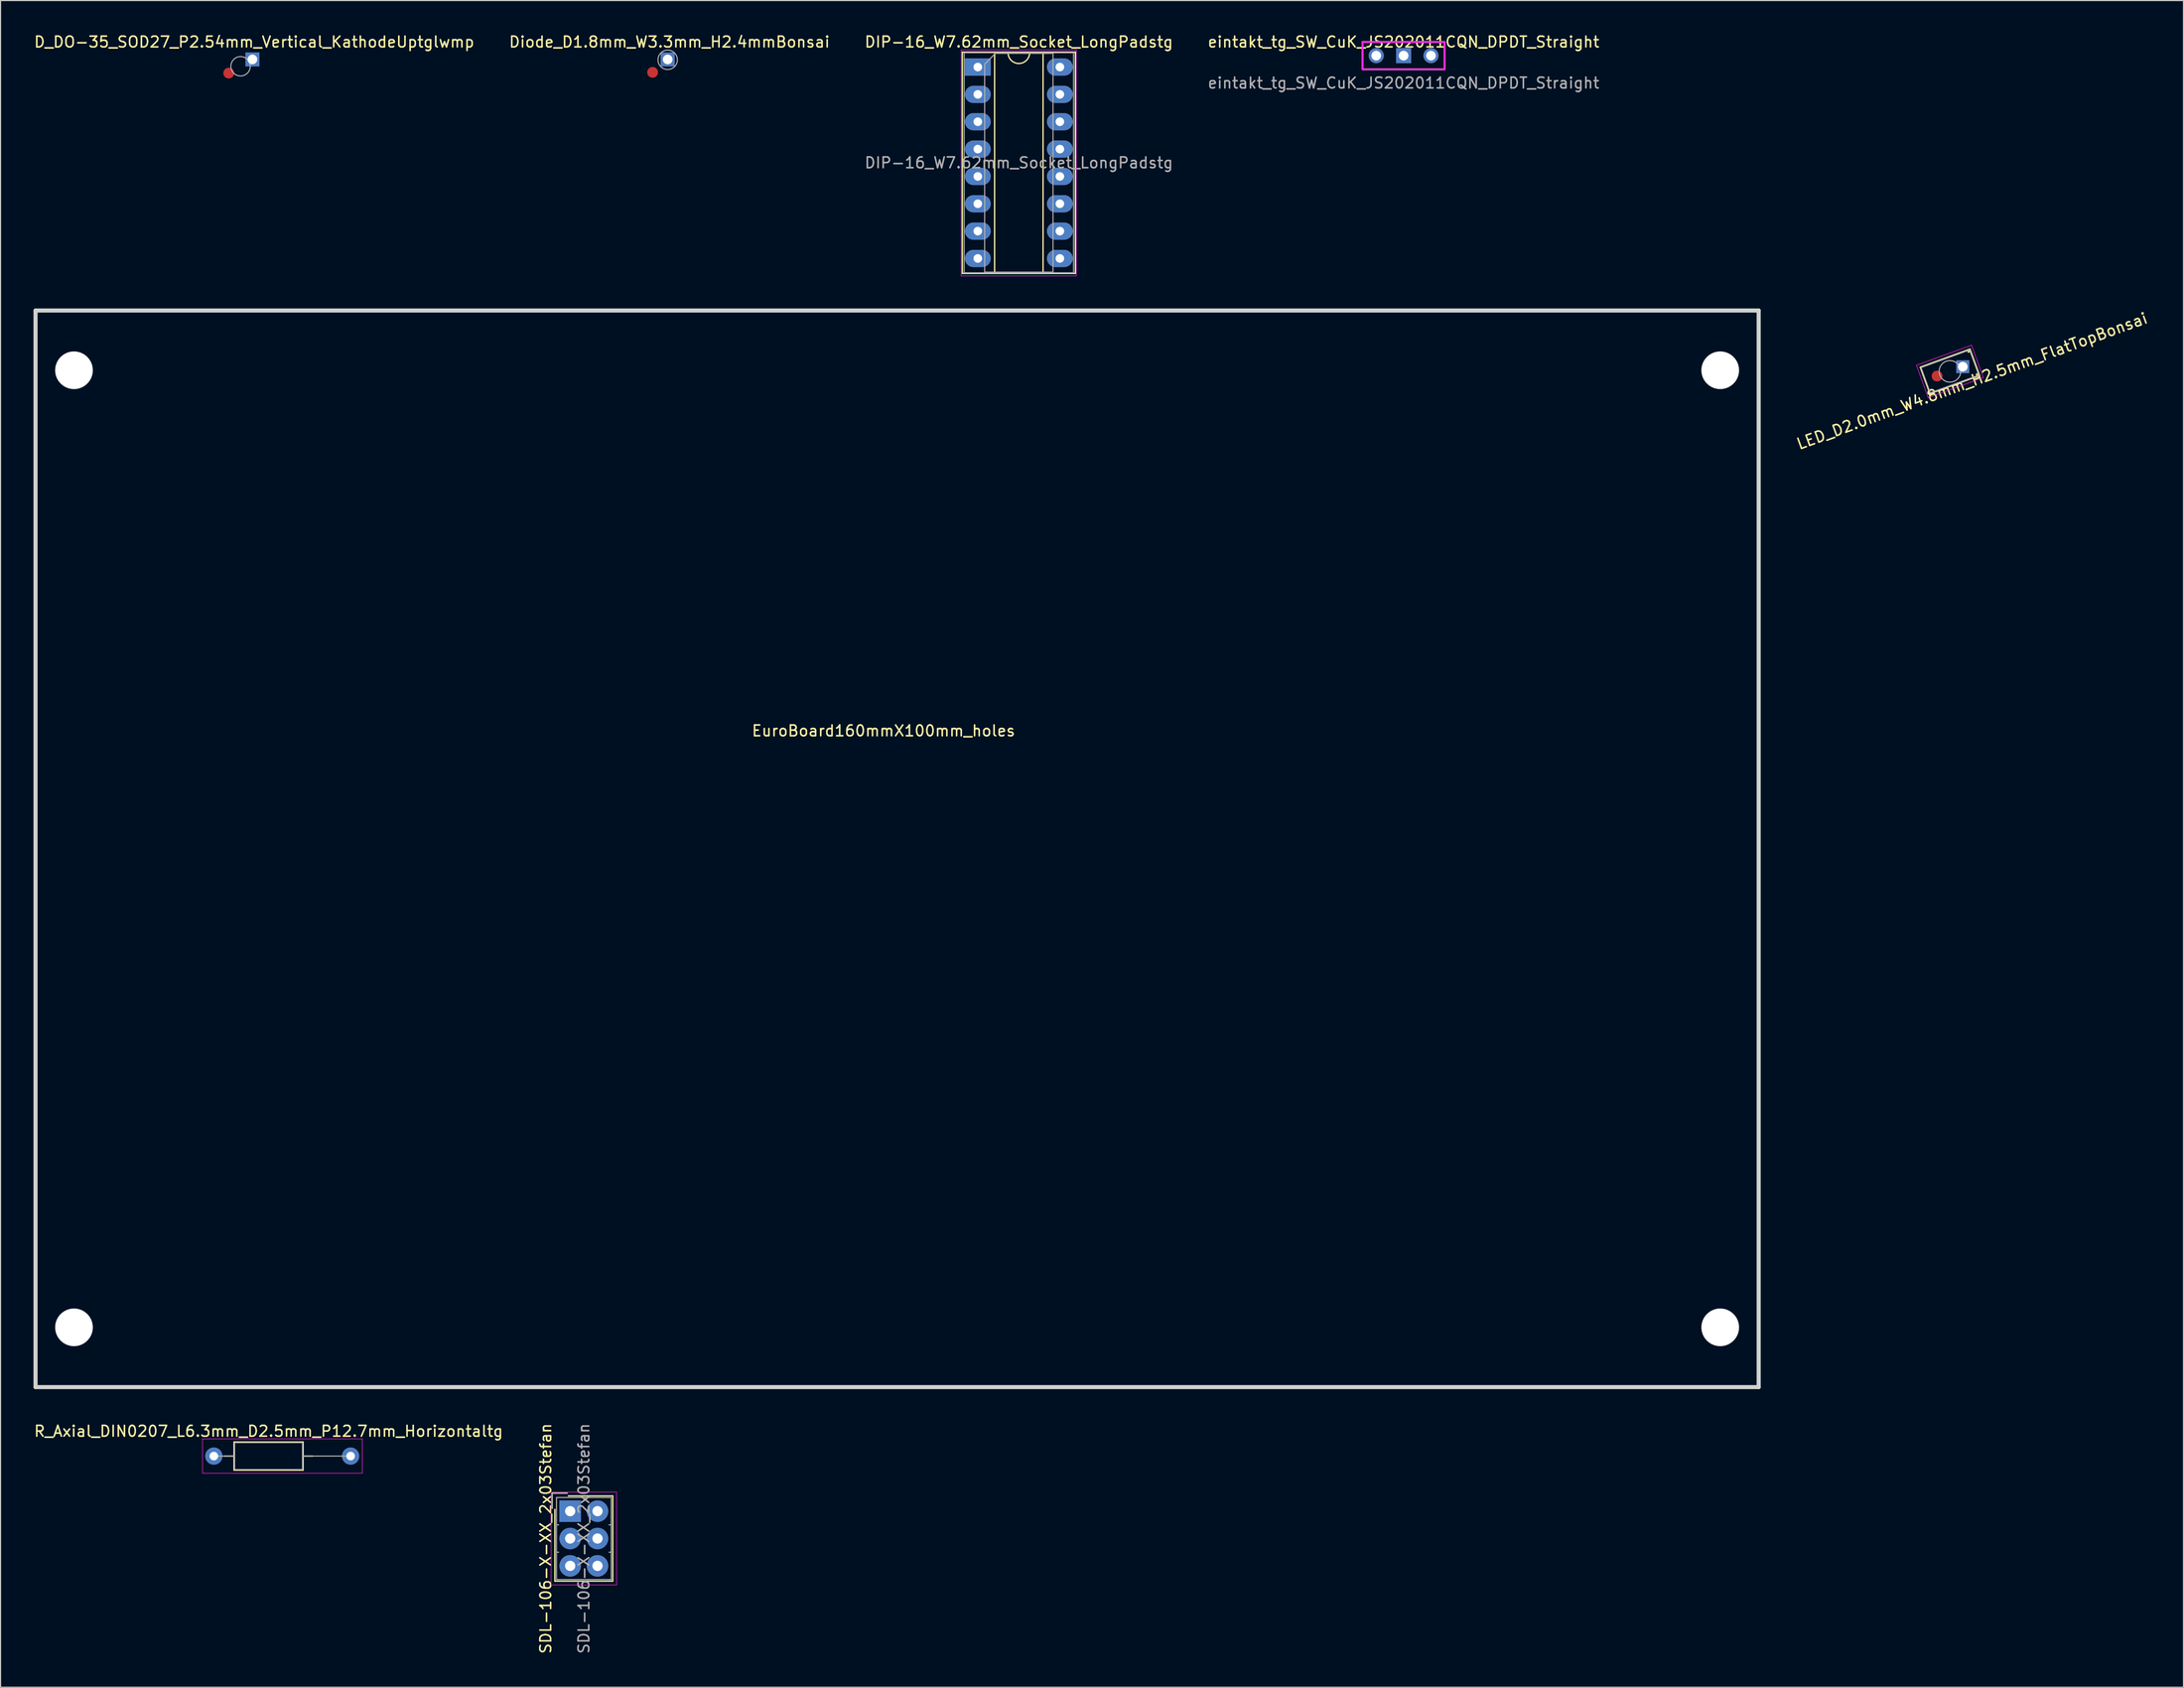
<source format=kicad_pcb>
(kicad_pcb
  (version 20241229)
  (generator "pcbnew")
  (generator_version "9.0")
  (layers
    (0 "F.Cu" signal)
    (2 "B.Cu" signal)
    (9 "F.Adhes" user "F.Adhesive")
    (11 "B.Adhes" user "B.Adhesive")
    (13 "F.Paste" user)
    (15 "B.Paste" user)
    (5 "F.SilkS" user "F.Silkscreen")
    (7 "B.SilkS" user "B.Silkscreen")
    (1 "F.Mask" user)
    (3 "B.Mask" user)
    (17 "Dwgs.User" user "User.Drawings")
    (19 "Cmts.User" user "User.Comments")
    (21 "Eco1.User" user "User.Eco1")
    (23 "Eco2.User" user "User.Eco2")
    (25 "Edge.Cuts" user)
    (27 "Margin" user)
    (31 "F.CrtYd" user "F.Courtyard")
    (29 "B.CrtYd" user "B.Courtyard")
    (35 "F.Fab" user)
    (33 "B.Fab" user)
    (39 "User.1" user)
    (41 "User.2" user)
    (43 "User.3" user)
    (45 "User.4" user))
  (footprint "D_DO-35_SOD27_P2.54mm_Vertical_KathodeUptglwmp"
    (layer "F.Cu")
    (at 20.388 2.471)
    (property "Reference" "D_DO-35_SOD27_P2.54mm_Vertical_KathodeUptglwmp" (at 0.166 -1.623 0) (layer "F.SilkS") (effects (font (size 1 1) (thickness 0.15))))
    (attr through_hole)
    (fp_circle (center -1.1 0.635) (end -1.879 1.085) (stroke (width 0.1) (type solid)) (fill no) (layer "F.Fab"))
    (pad "1" thru_hole rect (at 0 0) (size 1.3 1.3) (drill 0.9) (layers "*.Cu" "*.Mask"))
    (pad "2" smd circle (at -2.2 1.27 210) (size 1 1) (layers "F.Cu" "F.Mask" "F.Paste")))
  (footprint "EuroBoard160mmX100mm_holes"
    (layer "F.Cu")
    (at 0.25 125.793)
    (property "Reference" "EuroBoard160mmX100mm_holes" (at 78.74 -60.96 0) (layer "F.SilkS") (effects (font (size 1 1) (thickness 0.15))))
    (attr through_hole)
    (fp_line (start 0 -100) (end 0 0) (stroke (width 0.38) (type solid)) (layer "Edge.Cuts"))
    (fp_line (start 0 0) (end 160 0) (stroke (width 0.38) (type solid)) (layer "Edge.Cuts"))
    (fp_line (start 160 -100) (end 0 -100) (stroke (width 0.38) (type solid)) (layer "Edge.Cuts"))
    (fp_line (start 160 0) (end 160 -100) (stroke (width 0.38) (type solid)) (layer "Edge.Cuts"))
    (pad "" np_thru_hole circle (at 3.57 -94.45) (size 3.5 3.5) (drill 3.5) (layers "*.Cu" "*.Mask"))
    (pad "" np_thru_hole circle (at 3.57 -5.55) (size 3.5 3.5) (drill 3.5) (layers "*.Cu" "*.Mask"))
    (pad "" np_thru_hole circle (at 156.43 -94.45) (size 3.5 3.5) (drill 3.5) (layers "*.Cu" "*.Mask"))
    (pad "" np_thru_hole circle (at 156.43 -5.55) (size 3.5 3.5) (drill 3.5) (layers "*.Cu" "*.Mask")))
  (footprint "LED_D2.0mm_W4.8mm_H2.5mm_FlatTopBonsai"
    (layer "F.Cu")
    (at 179.202 31.012)
    (property "Reference" "LED_D2.0mm_W4.8mm_H2.5mm_FlatTopBonsai" (at 0.867 1.335 200) (layer "F.SilkS") (effects (font (size 1 1) (thickness 0.15))))
    (attr through_hole)
    (fp_line (start -3.057 2.507) (end -3.953 0.045) (stroke (width 0.12) (type solid)) (layer "F.SilkS"))
    (fp_line (start 0.523 -1.34) (end 0.445 -1.556) (stroke (width 0.12) (type solid)) (layer "F.SilkS"))
    (fp_line (start 0.636 -1.381) (end 0.557 -1.597) (stroke (width 0.12) (type solid)) (layer "F.SilkS"))
    (fp_line (start 0.67 -1.638) (end -3.953 0.045) (stroke (width 0.12) (type solid)) (layer "F.SilkS"))
    (fp_line (start 1.341 0.906) (end 1.262 0.69) (stroke (width 0.12) (type solid)) (layer "F.SilkS"))
    (fp_line (start 1.454 0.865) (end 1.375 0.649) (stroke (width 0.12) (type solid)) (layer "F.SilkS"))
    (fp_line (start 1.566 0.824) (end -3.057 2.507) (stroke (width 0.12) (type solid)) (layer "F.SilkS"))
    (fp_line (start 1.566 0.824) (end 0.67 -1.638) (stroke (width 0.12) (type solid)) (layer "F.SilkS"))
    (fp_line (start -4.306 -0.135) (end -3.212 2.872) (stroke (width 0.05) (type solid)) (layer "F.CrtYd"))
    (fp_line (start -3.212 2.872) (end 1.91 1.008) (stroke (width 0.05) (type solid)) (layer "F.CrtYd"))
    (fp_line (start 0.815 -1.999) (end -4.306 -0.135) (stroke (width 0.05) (type solid)) (layer "F.CrtYd"))
    (fp_line (start 1.91 1.008) (end 0.815 -1.999) (stroke (width 0.05) (type solid)) (layer "F.CrtYd"))
    (fp_line (start -3.876 0.081) (end -3.021 2.43) (stroke (width 0.1) (type solid)) (layer "F.Fab"))
    (fp_line (start -3.021 2.43) (end 1.489 0.788) (stroke (width 0.1) (type solid)) (layer "F.Fab"))
    (fp_line (start 0.634 -1.561) (end -3.876 0.081) (stroke (width 0.1) (type solid)) (layer "F.Fab"))
    (fp_line (start 1.489 0.788) (end 0.634 -1.561) (stroke (width 0.1) (type solid)) (layer "F.Fab"))
    (fp_circle (center -1.193 0.434) (end -2.133 0.776) (stroke (width 0.1) (type solid)) (fill no) (layer "F.Fab"))
    (pad "1" thru_hole rect (at 0 0 270) (size 1.2 1.2) (drill 0.9) (layers "*.Cu" "*.Mask"))
    (pad "2" smd circle (at -2.387 0.869 200) (size 1 1) (layers "F.Cu" "F.Mask" "F.Paste")))
  (footprint "eintakt_tg_SW_CuK_JS202011CQN_DPDT_Straight"
    (layer "F.Cu")
    (at 124.74 2.118)
    (property "Reference" "eintakt_tg_SW_CuK_JS202011CQN_DPDT_Straight" (at 2.54 -1.27 0) (layer "F.SilkS") (effects (font (size 1 1) (thickness 0.15))))
    (attr through_hole)
    (fp_line (start -1.27 -1.27) (end 6.35 -1.27) (stroke (width 0.15) (type solid)) (layer "F.SilkS"))
    (fp_line (start -1.27 1.27) (end -1.27 -1.27) (stroke (width 0.15) (type solid)) (layer "F.SilkS"))
    (fp_line (start 6.35 -1.27) (end 6.35 1.27) (stroke (width 0.15) (type solid)) (layer "F.SilkS"))
    (fp_line (start 6.35 1.27) (end -1.27 1.27) (stroke (width 0.15) (type solid)) (layer "F.SilkS"))
    (fp_line (start -1.27 -1.27) (end 6.35 -1.27) (stroke (width 0.15) (type solid)) (layer "F.CrtYd"))
    (fp_line (start -1.27 -1.27) (end 6.35 -1.27) (stroke (width 0.15) (type solid)) (layer "F.CrtYd"))
    (fp_line (start -1.27 1.27) (end -1.27 -1.27) (stroke (width 0.15) (type solid)) (layer "F.CrtYd"))
    (fp_line (start 6.35 -1.27) (end 6.35 1.27) (stroke (width 0.15) (type solid)) (layer "F.CrtYd"))
    (fp_line (start 6.35 -1.27) (end 6.35 1.27) (stroke (width 0.15) (type solid)) (layer "F.CrtYd"))
    (fp_line (start 6.35 1.27) (end -1.27 1.27) (stroke (width 0.15) (type solid)) (layer "F.CrtYd"))
    (fp_line (start -1.27 -1.27) (end 6.35 -1.27) (stroke (width 0.15) (type solid)) (layer "F.Fab"))
    (fp_line (start -1.27 1.27) (end -1.27 -1.27) (stroke (width 0.15) (type solid)) (layer "F.Fab"))
    (fp_line (start 6.35 -1.27) (end 6.35 1.27) (stroke (width 0.15) (type solid)) (layer "F.Fab"))
    (fp_line (start 6.35 1.27) (end -1.27 1.27) (stroke (width 0.15) (type solid)) (layer "F.Fab"))
    (fp_text user "${REFERENCE}" (at 2.54 2.54 0) (layer "F.Fab") (effects (font (size 1 1) (thickness 0.15))))
    (pad "0" thru_hole circle (at 0 0) (size 1.4 1.4) (drill 0.9) (layers "*.Cu" "*.Mask"))
    (pad "1" thru_hole rect (at 2.54 0) (size 1.4 1.4) (drill 0.9) (layers "*.Cu" "*.Mask"))
    (pad "2" thru_hole circle (at 5.08 0) (size 1.4 1.4) (drill 0.9) (layers "*.Cu" "*.Mask")))
  (footprint "Diode_D1.8mm_W3.3mm_H2.4mmBonsai"
    (layer "F.Cu")
    (at 58.947 2.471)
    (property "Reference" "Diode_D1.8mm_W3.3mm_H2.4mmBonsai" (at 0.166 -1.623 0) (layer "F.SilkS") (effects (font (size 1 1) (thickness 0.15))))
    (attr through_hole)
    (fp_circle (center 0.000148 0.035) (end -0.779 0.485) (stroke (width 0.1) (type solid)) (fill no) (layer "F.Fab"))
    (pad "1" thru_hole rect (at 0 0) (size 1.3 1.3) (drill 0.9) (layers "*.Cu" "*.Mask"))
    (pad "2" smd circle (at -1.4 1.2 210) (size 1 1) (layers "F.Cu" "F.Mask" "F.Paste")))
  (footprint "R_Axial_DIN0207_L6.3mm_D2.5mm_P12.7mm_Horizontaltg"
    (layer "F.Cu")
    (at 16.807 132.202)
    (property "Reference" "R_Axial_DIN0207_L6.3mm_D2.5mm_P12.7mm_Horizontaltg" (at 5.08 -2.31 0) (layer "F.SilkS") (effects (font (size 1 1) (thickness 0.15))))
    (attr through_hole)
    (fp_line (start 0.98 0) (end 1.87 0) (stroke (width 0.12) (type solid)) (layer "F.SilkS"))
    (fp_line (start 1.87 -1.31) (end 1.87 1.31) (stroke (width 0.12) (type solid)) (layer "F.SilkS"))
    (fp_line (start 1.87 1.31) (end 8.29 1.31) (stroke (width 0.12) (type solid)) (layer "F.SilkS"))
    (fp_line (start 8.29 -1.31) (end 1.87 -1.31) (stroke (width 0.12) (type solid)) (layer "F.SilkS"))
    (fp_line (start 8.29 1.31) (end 8.29 -1.31) (stroke (width 0.12) (type solid)) (layer "F.SilkS"))
    (fp_line (start 9.18 0) (end 8.29 0) (stroke (width 0.12) (type solid)) (layer "F.SilkS"))
    (fp_line (start -1.05 -1.6) (end -1.05 1.6) (stroke (width 0.05) (type solid)) (layer "F.CrtYd"))
    (fp_line (start -1.05 1.6) (end 13.79 1.6) (stroke (width 0.05) (type solid)) (layer "F.CrtYd"))
    (fp_line (start 13.79 -1.6) (end -1.05 -1.6) (stroke (width 0.05) (type solid)) (layer "F.CrtYd"))
    (fp_line (start 13.79 1.6) (end 13.79 -1.6) (stroke (width 0.05) (type solid)) (layer "F.CrtYd"))
    (fp_line (start 0 0) (end 1.93 0) (stroke (width 0.1) (type solid)) (layer "F.Fab"))
    (fp_line (start 1.93 -1.25) (end 1.93 1.25) (stroke (width 0.1) (type solid)) (layer "F.Fab"))
    (fp_line (start 1.93 1.25) (end 8.23 1.25) (stroke (width 0.1) (type solid)) (layer "F.Fab"))
    (fp_line (start 8.23 -1.25) (end 1.93 -1.25) (stroke (width 0.1) (type solid)) (layer "F.Fab"))
    (fp_line (start 8.23 1.25) (end 8.23 -1.25) (stroke (width 0.1) (type solid)) (layer "F.Fab"))
    (fp_line (start 12.7 0) (end 8.23 0) (stroke (width 0.1) (type solid)) (layer "F.Fab"))
    (pad "1" thru_hole circle (at 0 0) (size 1.6 1.6) (drill 0.8) (layers "*.Cu" "*.Mask"))
    (pad "2" thru_hole oval (at 12.7 0) (size 1.6 1.6) (drill 0.8) (layers "*.Cu" "*.Mask")))
  (footprint "DIP-16_W7.62mm_Socket_LongPadstg"
    (layer "F.Cu")
    (at 87.744 3.178)
    (property "Reference" "DIP-16_W7.62mm_Socket_LongPadstg" (at 3.81 -2.33 0) (layer "F.SilkS") (effects (font (size 1 1) (thickness 0.15))))
    (attr through_hole)
    (fp_line (start -1.44 -1.39) (end -1.44 19.17) (stroke (width 0.12) (type solid)) (layer "F.SilkS"))
    (fp_line (start -1.44 19.17) (end 9.06 19.17) (stroke (width 0.12) (type solid)) (layer "F.SilkS"))
    (fp_line (start 1.56 -1.33) (end 1.56 19.11) (stroke (width 0.12) (type solid)) (layer "F.SilkS"))
    (fp_line (start 1.56 19.11) (end 6.06 19.11) (stroke (width 0.12) (type solid)) (layer "F.SilkS"))
    (fp_line (start 2.81 -1.33) (end 1.56 -1.33) (stroke (width 0.12) (type solid)) (layer "F.SilkS"))
    (fp_line (start 6.06 -1.33) (end 4.81 -1.33) (stroke (width 0.12) (type solid)) (layer "F.SilkS"))
    (fp_line (start 6.06 19.11) (end 6.06 -1.33) (stroke (width 0.12) (type solid)) (layer "F.SilkS"))
    (fp_line (start 9.06 -1.39) (end -1.44 -1.39) (stroke (width 0.12) (type solid)) (layer "F.SilkS"))
    (fp_line (start 9.06 19.17) (end 9.06 -1.39) (stroke (width 0.12) (type solid)) (layer "F.SilkS"))
    (fp_arc (start 4.81 -1.33) (mid 3.81 -0.33) (end 2.81 -1.33) (stroke (width 0.12) (type solid)) (layer "F.SilkS"))
    (fp_line (start -1.55 -1.6) (end -1.55 19.4) (stroke (width 0.05) (type solid)) (layer "F.CrtYd"))
    (fp_line (start -1.55 19.4) (end 9.15 19.4) (stroke (width 0.05) (type solid)) (layer "F.CrtYd"))
    (fp_line (start 9.15 -1.6) (end -1.55 -1.6) (stroke (width 0.05) (type solid)) (layer "F.CrtYd"))
    (fp_line (start 9.15 19.4) (end 9.15 -1.6) (stroke (width 0.05) (type solid)) (layer "F.CrtYd"))
    (fp_line (start -1.27 -1.33) (end -1.27 19.11) (stroke (width 0.1) (type solid)) (layer "F.Fab"))
    (fp_line (start -1.27 19.11) (end 8.89 19.11) (stroke (width 0.1) (type solid)) (layer "F.Fab"))
    (fp_line (start 0.635 -0.27) (end 1.635 -1.27) (stroke (width 0.1) (type solid)) (layer "F.Fab"))
    (fp_line (start 0.635 19.05) (end 0.635 -0.27) (stroke (width 0.1) (type solid)) (layer "F.Fab"))
    (fp_line (start 1.635 -1.27) (end 6.985 -1.27) (stroke (width 0.1) (type solid)) (layer "F.Fab"))
    (fp_line (start 6.985 -1.27) (end 6.985 19.05) (stroke (width 0.1) (type solid)) (layer "F.Fab"))
    (fp_line (start 6.985 19.05) (end 0.635 19.05) (stroke (width 0.1) (type solid)) (layer "F.Fab"))
    (fp_line (start 8.89 -1.33) (end -1.27 -1.33) (stroke (width 0.1) (type solid)) (layer "F.Fab"))
    (fp_line (start 8.89 19.11) (end 8.89 -1.33) (stroke (width 0.1) (type solid)) (layer "F.Fab"))
    (fp_text user "${REFERENCE}" (at 3.81 8.89 0) (layer "F.Fab") (effects (font (size 1 1) (thickness 0.15))))
    (pad "1" thru_hole rect (at 0 0) (size 2.4 1.6) (drill 0.8) (layers "*.Cu" "*.Mask"))
    (pad "2" thru_hole oval (at 0 2.54) (size 2.4 1.6) (drill 0.8) (layers "*.Cu" "*.Mask"))
    (pad "3" thru_hole oval (at 0 5.08) (size 2.4 1.6) (drill 0.8) (layers "*.Cu" "*.Mask"))
    (pad "4" thru_hole oval (at 0 7.62) (size 2.4 1.6) (drill 0.8) (layers "*.Cu" "*.Mask"))
    (pad "5" thru_hole oval (at 0 10.16) (size 2.4 1.6) (drill 0.8) (layers "*.Cu" "*.Mask"))
    (pad "6" thru_hole oval (at 0 12.7) (size 2.4 1.6) (drill 0.8) (layers "*.Cu" "*.Mask"))
    (pad "7" thru_hole oval (at 0 15.24) (size 2.4 1.6) (drill 0.8) (layers "*.Cu" "*.Mask"))
    (pad "8" thru_hole oval (at 0 17.78) (size 2.4 1.6) (drill 0.8) (layers "*.Cu" "*.Mask"))
    (pad "9" thru_hole oval (at 7.62 17.78) (size 2.4 1.6) (drill 0.8) (layers "*.Cu" "*.Mask"))
    (pad "10" thru_hole oval (at 7.62 15.24) (size 2.4 1.6) (drill 0.8) (layers "*.Cu" "*.Mask"))
    (pad "11" thru_hole oval (at 7.62 12.7) (size 2.4 1.6) (drill 0.8) (layers "*.Cu" "*.Mask"))
    (pad "12" thru_hole oval (at 7.62 10.16) (size 2.4 1.6) (drill 0.8) (layers "*.Cu" "*.Mask"))
    (pad "13" thru_hole oval (at 7.62 7.62) (size 2.4 1.6) (drill 0.8) (layers "*.Cu" "*.Mask"))
    (pad "14" thru_hole oval (at 7.62 5.08) (size 2.4 1.6) (drill 0.8) (layers "*.Cu" "*.Mask"))
    (pad "15" thru_hole oval (at 7.62 2.54) (size 2.4 1.6) (drill 0.8) (layers "*.Cu" "*.Mask"))
    (pad "16" thru_hole oval (at 7.62 0) (size 2.4 1.6) (drill 0.8) (layers "*.Cu" "*.Mask")))
  (footprint "SDL-106-X-XX_2x03Stefan"
    (layer "F.Cu")
    (at 49.892 137.319)
    (property "Reference" "SDL-106-X-XX_2x03Stefan" (at -2.27 2.54 90) (layer "F.SilkS") (effects (font (size 1 1) (thickness 0.15))))
    (attr through_hole)
    (fp_line (start -1.67 -1.67) (end -1.67 -0.27) (stroke (width 0.12) (type solid)) (layer "F.SilkS"))
    (fp_line (start -1.42 6.5) (end -1.42 -0.17) (stroke (width 0.12) (type solid)) (layer "F.SilkS"))
    (fp_line (start -0.27 -1.67) (end -1.67 -1.67) (stroke (width 0.12) (type solid)) (layer "F.SilkS"))
    (fp_line (start -0.17 -1.42) (end 3.96 -1.42) (stroke (width 0.12) (type solid)) (layer "F.SilkS"))
    (fp_line (start 3.96 -1.42) (end 3.96 6.5) (stroke (width 0.12) (type solid)) (layer "F.SilkS"))
    (fp_line (start 3.96 6.5) (end -1.42 6.5) (stroke (width 0.12) (type solid)) (layer "F.SilkS"))
    (fp_line (start -1.77 -1.77) (end -1.77 6.85) (stroke (width 0.05) (type solid)) (layer "F.CrtYd"))
    (fp_line (start -1.77 6.85) (end 4.31 6.85) (stroke (width 0.05) (type solid)) (layer "F.CrtYd"))
    (fp_line (start 4.31 -1.77) (end -1.77 -1.77) (stroke (width 0.05) (type solid)) (layer "F.CrtYd"))
    (fp_line (start 4.31 6.85) (end 4.31 -1.77) (stroke (width 0.05) (type solid)) (layer "F.CrtYd"))
    (fp_line (start -1.67 -1.67) (end -1.67 -0.27) (stroke (width 0.1) (type solid)) (layer "F.Fab"))
    (fp_line (start -1.27 -1.27) (end -1.27 6.35) (stroke (width 0.1) (type solid)) (layer "F.Fab"))
    (fp_line (start -1.27 1.27) (end -1.07 1.27) (stroke (width 0.1) (type solid)) (layer "F.Fab"))
    (fp_line (start -1.27 3.81) (end -1.07 3.81) (stroke (width 0.1) (type solid)) (layer "F.Fab"))
    (fp_line (start -1.27 6.35) (end -1.07 6.35) (stroke (width 0.1) (type solid)) (layer "F.Fab"))
    (fp_line (start -1.27 6.35) (end 3.81 6.35) (stroke (width 0.1) (type solid)) (layer "F.Fab"))
    (fp_line (start -0.27 -1.67) (end -1.67 -1.67) (stroke (width 0.1) (type solid)) (layer "F.Fab"))
    (fp_line (start 3.81 -1.27) (end -1.27 -1.27) (stroke (width 0.1) (type solid)) (layer "F.Fab"))
    (fp_line (start 3.81 1.27) (end 3.61 1.27) (stroke (width 0.1) (type solid)) (layer "F.Fab"))
    (fp_line (start 3.81 3.81) (end 3.61 3.81) (stroke (width 0.1) (type solid)) (layer "F.Fab"))
    (fp_line (start 3.81 6.35) (end 3.61 6.35) (stroke (width 0.1) (type solid)) (layer "F.Fab"))
    (fp_line (start 3.81 6.35) (end 3.81 -1.27) (stroke (width 0.1) (type solid)) (layer "F.Fab"))
    (fp_text user "${REFERENCE}" (at 1.27 2.54 90) (layer "F.Fab") (effects (font (size 1 1) (thickness 0.15))))
    (pad "1" thru_hole rect (at 0 0) (size 2 2) (drill 0.95) (layers "*.Cu" "*.Mask"))
    (pad "2" thru_hole circle (at 2.54 5.08) (size 2 2) (drill 0.95) (layers "*.Cu" "*.Mask"))
    (pad "3" thru_hole circle (at 0 2.54) (size 2 2) (drill 0.95) (layers "*.Cu" "*.Mask"))
    (pad "4" thru_hole circle (at 2.54 2.54) (size 2 2) (drill 0.95) (layers "*.Cu" "*.Mask"))
    (pad "5" thru_hole circle (at 0 5.08) (size 2 2) (drill 0.95) (layers "*.Cu" "*.Mask"))
    (pad "6" thru_hole circle (at 2.54 0) (size 2 2) (drill 0.95) (layers "*.Cu" "*.Mask")))
  (gr_rect
    (start -3 -3)
    (end 199.697 153.674)
    (stroke (width 0.1) (type default))
    (fill no)
    (layer "Edge.Cuts")))
</source>
